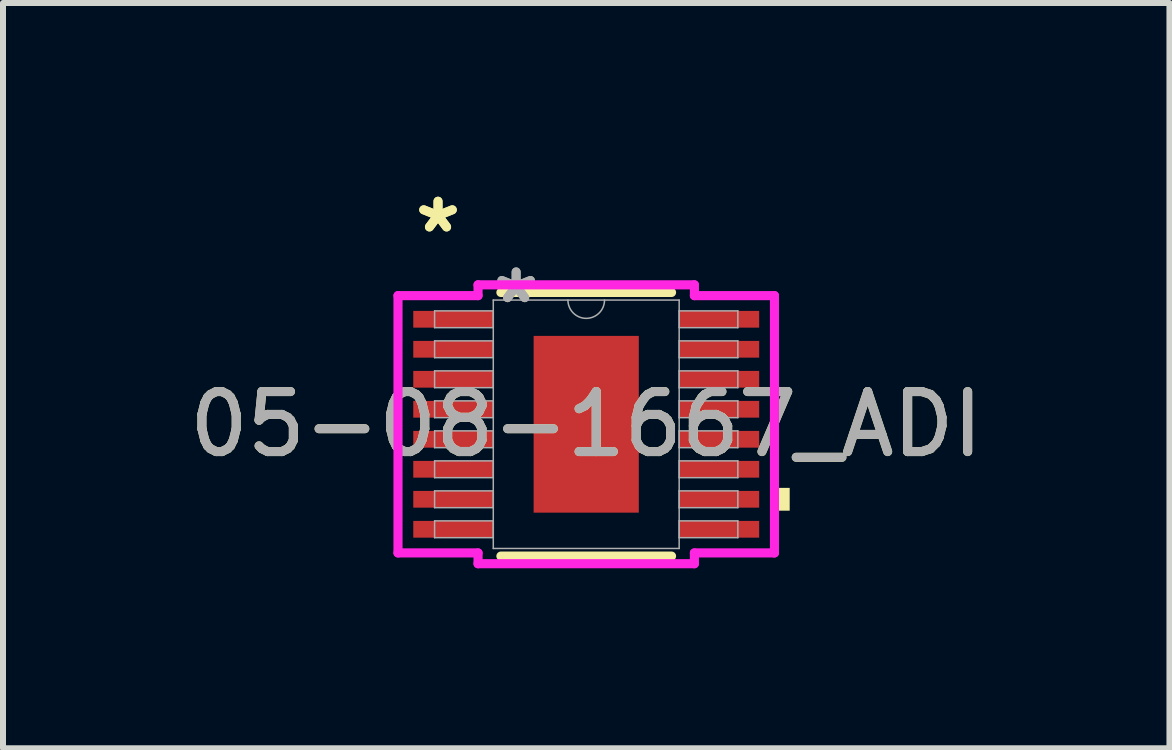
<source format=kicad_pcb>
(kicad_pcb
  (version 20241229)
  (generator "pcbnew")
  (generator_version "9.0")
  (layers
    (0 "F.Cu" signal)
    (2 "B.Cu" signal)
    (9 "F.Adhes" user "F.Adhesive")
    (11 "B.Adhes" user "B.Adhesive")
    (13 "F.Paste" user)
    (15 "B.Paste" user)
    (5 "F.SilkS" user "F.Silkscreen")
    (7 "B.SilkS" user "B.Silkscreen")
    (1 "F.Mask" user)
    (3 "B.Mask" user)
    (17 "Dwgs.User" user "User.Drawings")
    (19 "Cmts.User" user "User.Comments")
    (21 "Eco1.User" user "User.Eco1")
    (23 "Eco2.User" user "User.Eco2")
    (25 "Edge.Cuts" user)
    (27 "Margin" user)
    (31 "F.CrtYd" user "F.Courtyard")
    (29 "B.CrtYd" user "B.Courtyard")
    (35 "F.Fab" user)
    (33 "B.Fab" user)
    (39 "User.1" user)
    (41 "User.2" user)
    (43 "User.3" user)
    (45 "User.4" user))
  (footprint "05-08-1667_ADI"
    (layer "F.Cu")
    (at 6.72 4.021)
    (property "Reference" "05-08-1667_ADI" (at 0 0 0) (unlocked yes) (layer "F.SilkS") (effects (font (size 1 1) (thickness 0.15))))
    (attr smd)
    (fp_line (start -1.422 2.197) (end 1.422 2.197) (stroke (width 0.152) (type solid)) (layer "F.SilkS"))
    (fp_line (start 1.422 -2.197) (end -1.422 -2.197) (stroke (width 0.152) (type solid)) (layer "F.SilkS"))
    (fp_poly (pts (xy 3.391 1.06) (xy 3.391 1.44) (xy 3.137 1.44) (xy 3.137 1.06)) (stroke (width 0) (type solid)) (fill yes) (layer "F.SilkS"))
    (fp_poly (pts (xy -0.776 -1.373) (xy -0.776 -0.1) (xy 0.776 -0.1) (xy 0.776 -1.373)) (stroke (width 0) (type solid)) (fill yes) (layer "F.Paste"))
    (fp_poly (pts (xy -0.776 0.1) (xy -0.776 1.373) (xy 0.776 1.373) (xy 0.776 0.1)) (stroke (width 0) (type solid)) (fill yes) (layer "F.Paste"))
    (fp_line (start -3.137 -2.144) (end -1.803 -2.144) (stroke (width 0.152) (type solid)) (layer "F.CrtYd"))
    (fp_line (start -3.137 2.144) (end -3.137 -2.144) (stroke (width 0.152) (type solid)) (layer "F.CrtYd"))
    (fp_line (start -3.137 2.144) (end -1.803 2.144) (stroke (width 0.152) (type solid)) (layer "F.CrtYd"))
    (fp_line (start -1.803 -2.324) (end 1.803 -2.324) (stroke (width 0.152) (type solid)) (layer "F.CrtYd"))
    (fp_line (start -1.803 -2.144) (end -1.803 -2.324) (stroke (width 0.152) (type solid)) (layer "F.CrtYd"))
    (fp_line (start -1.803 2.324) (end -1.803 2.144) (stroke (width 0.152) (type solid)) (layer "F.CrtYd"))
    (fp_line (start 1.803 -2.324) (end 1.803 -2.144) (stroke (width 0.152) (type solid)) (layer "F.CrtYd"))
    (fp_line (start 1.803 2.144) (end 1.803 2.324) (stroke (width 0.152) (type solid)) (layer "F.CrtYd"))
    (fp_line (start 1.803 2.324) (end -1.803 2.324) (stroke (width 0.152) (type solid)) (layer "F.CrtYd"))
    (fp_line (start 3.137 -2.144) (end 1.803 -2.144) (stroke (width 0.152) (type solid)) (layer "F.CrtYd"))
    (fp_line (start 3.137 -2.144) (end 3.137 2.144) (stroke (width 0.152) (type solid)) (layer "F.CrtYd"))
    (fp_line (start 3.137 2.144) (end 1.803 2.144) (stroke (width 0.152) (type solid)) (layer "F.CrtYd"))
    (fp_line (start -2.527 -1.89) (end -2.527 -1.61) (stroke (width 0.025) (type solid)) (layer "F.Fab"))
    (fp_line (start -2.527 -1.61) (end -1.549 -1.61) (stroke (width 0.025) (type solid)) (layer "F.Fab"))
    (fp_line (start -2.527 -1.39) (end -2.527 -1.11) (stroke (width 0.025) (type solid)) (layer "F.Fab"))
    (fp_line (start -2.527 -1.11) (end -1.549 -1.11) (stroke (width 0.025) (type solid)) (layer "F.Fab"))
    (fp_line (start -2.527 -0.89) (end -2.527 -0.61) (stroke (width 0.025) (type solid)) (layer "F.Fab"))
    (fp_line (start -2.527 -0.61) (end -1.549 -0.61) (stroke (width 0.025) (type solid)) (layer "F.Fab"))
    (fp_line (start -2.527 -0.39) (end -2.527 -0.11) (stroke (width 0.025) (type solid)) (layer "F.Fab"))
    (fp_line (start -2.527 -0.11) (end -1.549 -0.11) (stroke (width 0.025) (type solid)) (layer "F.Fab"))
    (fp_line (start -2.527 0.11) (end -2.527 0.39) (stroke (width 0.025) (type solid)) (layer "F.Fab"))
    (fp_line (start -2.527 0.39) (end -1.549 0.39) (stroke (width 0.025) (type solid)) (layer "F.Fab"))
    (fp_line (start -2.527 0.61) (end -2.527 0.89) (stroke (width 0.025) (type solid)) (layer "F.Fab"))
    (fp_line (start -2.527 0.89) (end -1.549 0.89) (stroke (width 0.025) (type solid)) (layer "F.Fab"))
    (fp_line (start -2.527 1.11) (end -2.527 1.39) (stroke (width 0.025) (type solid)) (layer "F.Fab"))
    (fp_line (start -2.527 1.39) (end -1.549 1.39) (stroke (width 0.025) (type solid)) (layer "F.Fab"))
    (fp_line (start -2.527 1.61) (end -2.527 1.89) (stroke (width 0.025) (type solid)) (layer "F.Fab"))
    (fp_line (start -2.527 1.89) (end -1.549 1.89) (stroke (width 0.025) (type solid)) (layer "F.Fab"))
    (fp_line (start -1.549 -2.07) (end -1.549 2.07) (stroke (width 0.025) (type solid)) (layer "F.Fab"))
    (fp_line (start -1.549 -1.89) (end -2.527 -1.89) (stroke (width 0.025) (type solid)) (layer "F.Fab"))
    (fp_line (start -1.549 -1.61) (end -1.549 -1.89) (stroke (width 0.025) (type solid)) (layer "F.Fab"))
    (fp_line (start -1.549 -1.39) (end -2.527 -1.39) (stroke (width 0.025) (type solid)) (layer "F.Fab"))
    (fp_line (start -1.549 -1.11) (end -1.549 -1.39) (stroke (width 0.025) (type solid)) (layer "F.Fab"))
    (fp_line (start -1.549 -0.89) (end -2.527 -0.89) (stroke (width 0.025) (type solid)) (layer "F.Fab"))
    (fp_line (start -1.549 -0.61) (end -1.549 -0.89) (stroke (width 0.025) (type solid)) (layer "F.Fab"))
    (fp_line (start -1.549 -0.39) (end -2.527 -0.39) (stroke (width 0.025) (type solid)) (layer "F.Fab"))
    (fp_line (start -1.549 -0.11) (end -1.549 -0.39) (stroke (width 0.025) (type solid)) (layer "F.Fab"))
    (fp_line (start -1.549 0.11) (end -2.527 0.11) (stroke (width 0.025) (type solid)) (layer "F.Fab"))
    (fp_line (start -1.549 0.39) (end -1.549 0.11) (stroke (width 0.025) (type solid)) (layer "F.Fab"))
    (fp_line (start -1.549 0.61) (end -2.527 0.61) (stroke (width 0.025) (type solid)) (layer "F.Fab"))
    (fp_line (start -1.549 0.89) (end -1.549 0.61) (stroke (width 0.025) (type solid)) (layer "F.Fab"))
    (fp_line (start -1.549 1.11) (end -2.527 1.11) (stroke (width 0.025) (type solid)) (layer "F.Fab"))
    (fp_line (start -1.549 1.39) (end -1.549 1.11) (stroke (width 0.025) (type solid)) (layer "F.Fab"))
    (fp_line (start -1.549 1.61) (end -2.527 1.61) (stroke (width 0.025) (type solid)) (layer "F.Fab"))
    (fp_line (start -1.549 1.89) (end -1.549 1.61) (stroke (width 0.025) (type solid)) (layer "F.Fab"))
    (fp_line (start -1.549 2.07) (end 1.549 2.07) (stroke (width 0.025) (type solid)) (layer "F.Fab"))
    (fp_line (start 1.549 -2.07) (end -1.549 -2.07) (stroke (width 0.025) (type solid)) (layer "F.Fab"))
    (fp_line (start 1.549 -1.89) (end 1.549 -1.61) (stroke (width 0.025) (type solid)) (layer "F.Fab"))
    (fp_line (start 1.549 -1.61) (end 2.527 -1.61) (stroke (width 0.025) (type solid)) (layer "F.Fab"))
    (fp_line (start 1.549 -1.39) (end 1.549 -1.11) (stroke (width 0.025) (type solid)) (layer "F.Fab"))
    (fp_line (start 1.549 -1.11) (end 2.527 -1.11) (stroke (width 0.025) (type solid)) (layer "F.Fab"))
    (fp_line (start 1.549 -0.89) (end 1.549 -0.61) (stroke (width 0.025) (type solid)) (layer "F.Fab"))
    (fp_line (start 1.549 -0.61) (end 2.527 -0.61) (stroke (width 0.025) (type solid)) (layer "F.Fab"))
    (fp_line (start 1.549 -0.39) (end 1.549 -0.11) (stroke (width 0.025) (type solid)) (layer "F.Fab"))
    (fp_line (start 1.549 -0.11) (end 2.527 -0.11) (stroke (width 0.025) (type solid)) (layer "F.Fab"))
    (fp_line (start 1.549 0.11) (end 1.549 0.39) (stroke (width 0.025) (type solid)) (layer "F.Fab"))
    (fp_line (start 1.549 0.39) (end 2.527 0.39) (stroke (width 0.025) (type solid)) (layer "F.Fab"))
    (fp_line (start 1.549 0.61) (end 1.549 0.89) (stroke (width 0.025) (type solid)) (layer "F.Fab"))
    (fp_line (start 1.549 0.89) (end 2.527 0.89) (stroke (width 0.025) (type solid)) (layer "F.Fab"))
    (fp_line (start 1.549 1.11) (end 1.549 1.39) (stroke (width 0.025) (type solid)) (layer "F.Fab"))
    (fp_line (start 1.549 1.39) (end 2.527 1.39) (stroke (width 0.025) (type solid)) (layer "F.Fab"))
    (fp_line (start 1.549 1.61) (end 1.549 1.89) (stroke (width 0.025) (type solid)) (layer "F.Fab"))
    (fp_line (start 1.549 1.89) (end 2.527 1.89) (stroke (width 0.025) (type solid)) (layer "F.Fab"))
    (fp_line (start 1.549 2.07) (end 1.549 -2.07) (stroke (width 0.025) (type solid)) (layer "F.Fab"))
    (fp_line (start 2.527 -1.89) (end 1.549 -1.89) (stroke (width 0.025) (type solid)) (layer "F.Fab"))
    (fp_line (start 2.527 -1.61) (end 2.527 -1.89) (stroke (width 0.025) (type solid)) (layer "F.Fab"))
    (fp_line (start 2.527 -1.39) (end 1.549 -1.39) (stroke (width 0.025) (type solid)) (layer "F.Fab"))
    (fp_line (start 2.527 -1.11) (end 2.527 -1.39) (stroke (width 0.025) (type solid)) (layer "F.Fab"))
    (fp_line (start 2.527 -0.89) (end 1.549 -0.89) (stroke (width 0.025) (type solid)) (layer "F.Fab"))
    (fp_line (start 2.527 -0.61) (end 2.527 -0.89) (stroke (width 0.025) (type solid)) (layer "F.Fab"))
    (fp_line (start 2.527 -0.39) (end 1.549 -0.39) (stroke (width 0.025) (type solid)) (layer "F.Fab"))
    (fp_line (start 2.527 -0.11) (end 2.527 -0.39) (stroke (width 0.025) (type solid)) (layer "F.Fab"))
    (fp_line (start 2.527 0.11) (end 1.549 0.11) (stroke (width 0.025) (type solid)) (layer "F.Fab"))
    (fp_line (start 2.527 0.39) (end 2.527 0.11) (stroke (width 0.025) (type solid)) (layer "F.Fab"))
    (fp_line (start 2.527 0.61) (end 1.549 0.61) (stroke (width 0.025) (type solid)) (layer "F.Fab"))
    (fp_line (start 2.527 0.89) (end 2.527 0.61) (stroke (width 0.025) (type solid)) (layer "F.Fab"))
    (fp_line (start 2.527 1.11) (end 1.549 1.11) (stroke (width 0.025) (type solid)) (layer "F.Fab"))
    (fp_line (start 2.527 1.39) (end 2.527 1.11) (stroke (width 0.025) (type solid)) (layer "F.Fab"))
    (fp_line (start 2.527 1.61) (end 1.549 1.61) (stroke (width 0.025) (type solid)) (layer "F.Fab"))
    (fp_line (start 2.527 1.89) (end 2.527 1.61) (stroke (width 0.025) (type solid)) (layer "F.Fab"))
    (fp_arc (start 0.3048 -2.0701) (mid 0 -1.7653) (end -0.3048 -2.0701) (stroke (width 0.0254) (type solid)) (layer "F.Fab"))
    (fp_text user "*" (at -2.47 -3.172 0) (layer "F.SilkS") (effects (font (size 1 1) (thickness 0.15))))
    (fp_text user "*" (at -2.47 -3.172 0) (unlocked yes) (layer "F.SilkS") (effects (font (size 1 1) (thickness 0.15))))
    (fp_text user "${REFERENCE}" (at 0 0 0) (unlocked yes) (layer "F.Fab") (effects (font (size 1 1) (thickness 0.15))))
    (fp_text user "*" (at -1.168 -1.994 0) (unlocked yes) (layer "F.Fab") (effects (font (size 1 1) (thickness 0.15))))
    (fp_text user "*" (at -1.168 -1.994 0) (layer "F.Fab") (effects (font (size 1 1) (thickness 0.15))))
    (pad "1" smd rect (at -2.216 -1.75) (size 1.333 0.279) (layers "F.Cu" "F.Mask" "F.Paste"))
    (pad "2" smd rect (at -2.216 -1.25) (size 1.333 0.279) (layers "F.Cu" "F.Mask" "F.Paste"))
    (pad "3" smd rect (at -2.216 -0.75) (size 1.333 0.279) (layers "F.Cu" "F.Mask" "F.Paste"))
    (pad "4" smd rect (at -2.216 -0.25) (size 1.333 0.279) (layers "F.Cu" "F.Mask" "F.Paste"))
    (pad "5" smd rect (at -2.216 0.25) (size 1.333 0.279) (layers "F.Cu" "F.Mask" "F.Paste"))
    (pad "6" smd rect (at -2.216 0.75) (size 1.333 0.279) (layers "F.Cu" "F.Mask" "F.Paste"))
    (pad "7" smd rect (at -2.216 1.25) (size 1.333 0.279) (layers "F.Cu" "F.Mask" "F.Paste"))
    (pad "8" smd rect (at -2.216 1.75) (size 1.333 0.279) (layers "F.Cu" "F.Mask" "F.Paste"))
    (pad "9" smd rect (at 2.216 1.75) (size 1.333 0.279) (layers "F.Cu" "F.Mask" "F.Paste"))
    (pad "10" smd rect (at 2.216 1.25) (size 1.333 0.279) (layers "F.Cu" "F.Mask" "F.Paste"))
    (pad "11" smd rect (at 2.216 0.75) (size 1.333 0.279) (layers "F.Cu" "F.Mask" "F.Paste"))
    (pad "12" smd rect (at 2.216 0.25) (size 1.333 0.279) (layers "F.Cu" "F.Mask" "F.Paste"))
    (pad "13" smd rect (at 2.216 -0.25) (size 1.333 0.279) (layers "F.Cu" "F.Mask" "F.Paste"))
    (pad "14" smd rect (at 2.216 -0.75) (size 1.333 0.279) (layers "F.Cu" "F.Mask" "F.Paste"))
    (pad "15" smd rect (at 2.216 -1.25) (size 1.333 0.279) (layers "F.Cu" "F.Mask" "F.Paste"))
    (pad "16" smd rect (at 2.216 -1.75) (size 1.333 0.279) (layers "F.Cu" "F.Mask" "F.Paste"))
    (pad "17" smd rect (at 0 0) (size 1.753 2.946) (layers "F.Cu" "F.Mask")))
  (gr_rect
    (start -3 -3)
    (end 16.44 9.421)
    (stroke (width 0.1) (type default))
    (fill no)
    (layer "Edge.Cuts")))
</source>
